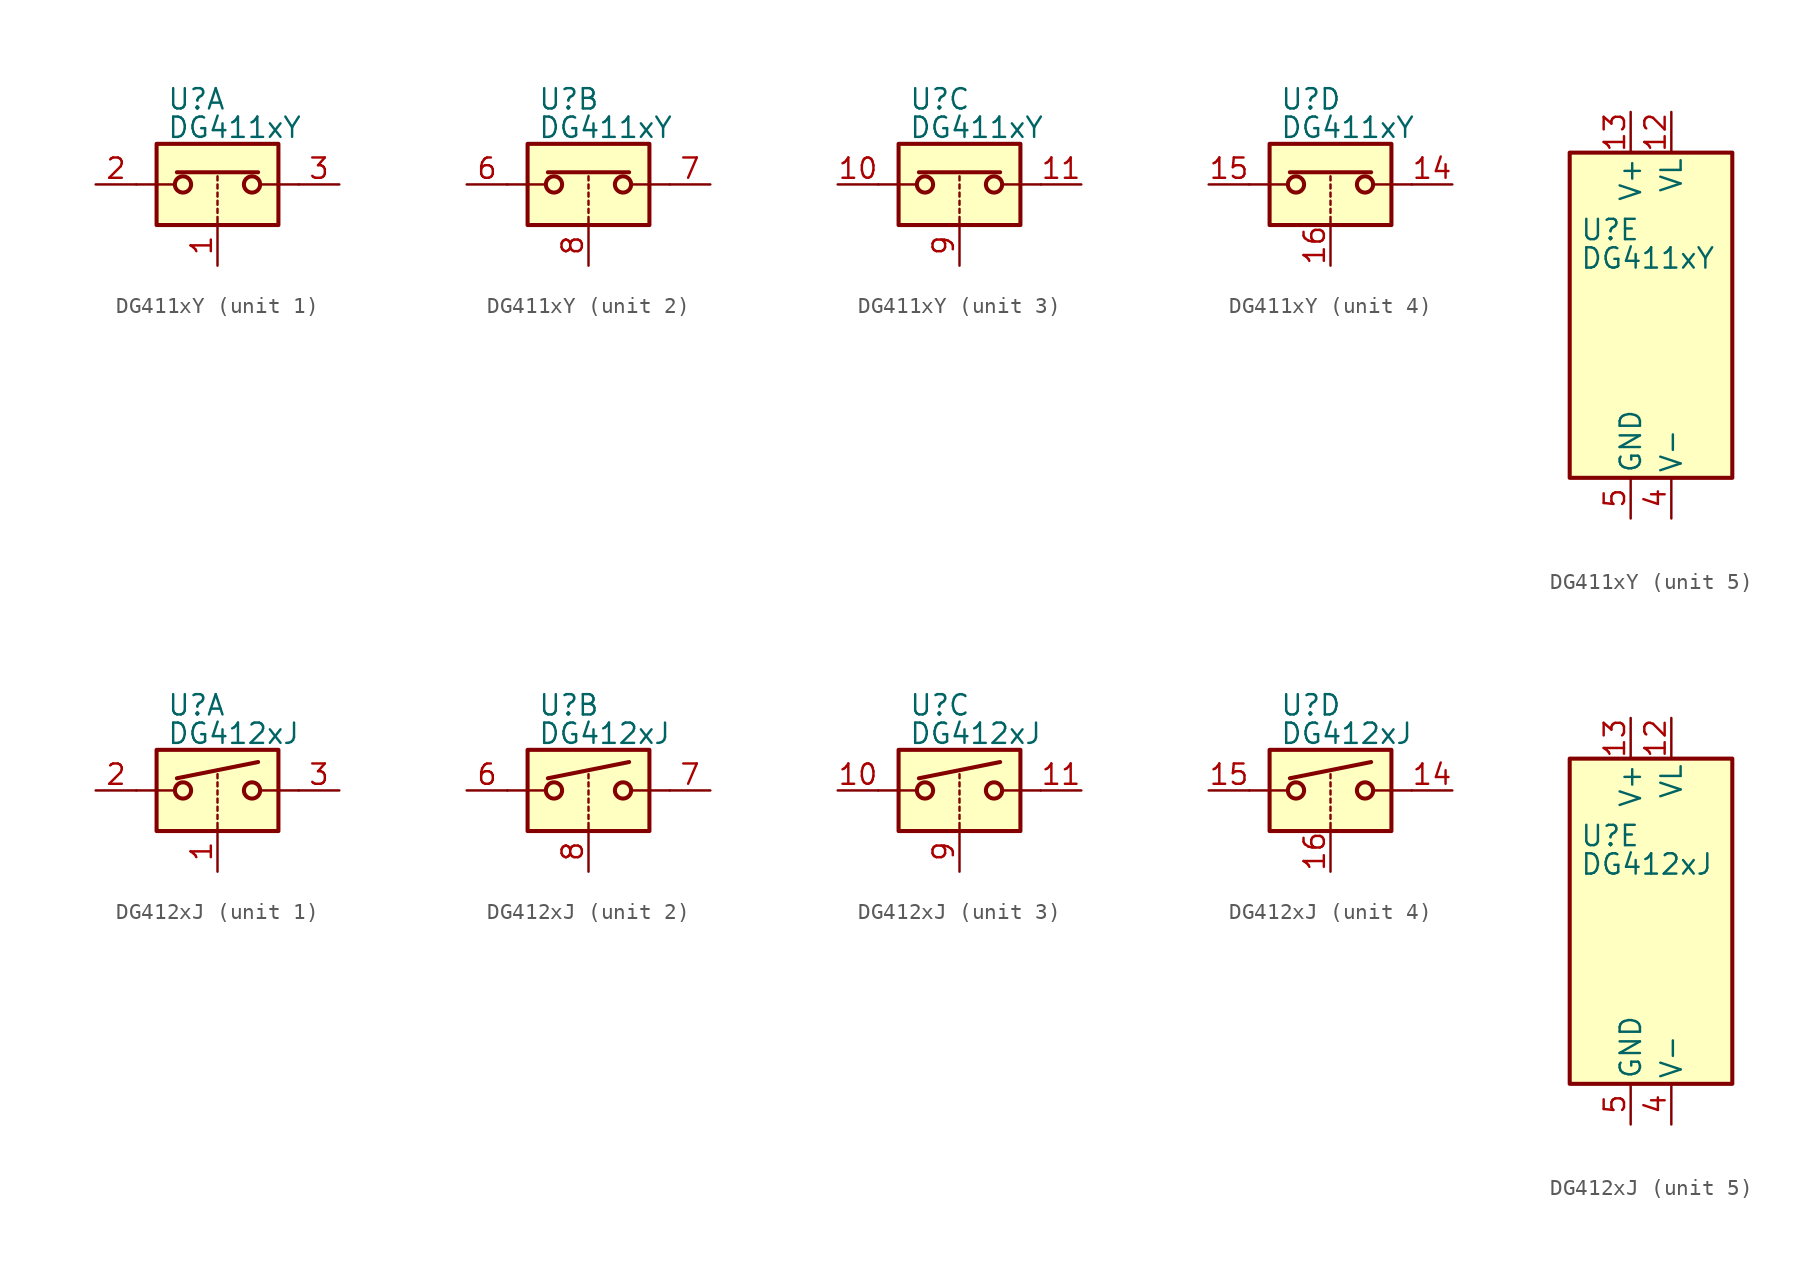
<source format=kicad_sym>
(kicad_symbol_lib
  (version 20201005)
  (generator kicad_symbol_editor)
  (symbol "Analog_Switch:DG411xY"
    (pin_names
      (offset 0.254))
    (property "Reference" "U"
      (at -3.175 5.334 0)
      (effects (font (size 1.27 1.27)) (justify left)))
    (property "Value" "DG411xY"
      (at -3.175 3.556 0)
      (effects (font (size 1.27 1.27)) (justify left)))
    (symbol "DG411xY_1_1"
      (circle (center -2.159 0) (radius 0.508) (stroke (width 0.254)) (fill (type none)))
      (circle (center 2.159 0) (radius 0.508) (stroke (width 0.254)) (fill (type none)))
      (rectangle (start -3.81 2.54) (end 3.81 -2.54) (stroke (width 0.254)) (fill (type background)))
      (polyline (pts (xy -5.08 0) (xy -2.794 0)) (stroke (width 0)) (fill (type none)))
      (polyline (pts (xy -2.54 0.762) (xy 2.54 0.762)) (stroke (width 0.254)) (fill (type none)))
      (polyline (pts (xy 0 -2.54) (xy 0 -2.032)) (stroke (width 0)) (fill (type none)))
      (polyline (pts (xy 0 -1.778) (xy 0 -1.524)) (stroke (width 0)) (fill (type none)))
      (polyline (pts (xy 0 -1.27) (xy 0 -1.016)) (stroke (width 0)) (fill (type none)))
      (polyline (pts (xy 0 -0.762) (xy 0 -0.508)) (stroke (width 0)) (fill (type none)))
      (polyline (pts (xy 0 -0.254) (xy 0 0)) (stroke (width 0)) (fill (type none)))
      (polyline (pts (xy 0 0.254) (xy 0 0.508)) (stroke (width 0)) (fill (type none)))
      (polyline (pts (xy 5.08 0) (xy 2.794 0)) (stroke (width 0)) (fill (type none)))
      (pin input line (at 0 -5.08 90) (length 2.54) (name "~" (effects (font (size 1.27 1.27)))) (number "1" (effects (font (size 1.27 1.27)))))
      (pin passive line (at -7.62 0 0) (length 2.54) (name "~" (effects (font (size 1.27 1.27)))) (number "2" (effects (font (size 1.27 1.27)))))
      (pin passive line (at 7.62 0 180) (length 2.54) (name "~" (effects (font (size 1.27 1.27)))) (number "3" (effects (font (size 1.27 1.27))))))
    (symbol "DG411xY_2_1"
      (circle (center -2.159 0) (radius 0.508) (stroke (width 0.254)) (fill (type none)))
      (circle (center 2.159 0) (radius 0.508) (stroke (width 0.254)) (fill (type none)))
      (rectangle (start -3.81 2.54) (end 3.81 -2.54) (stroke (width 0.254)) (fill (type background)))
      (polyline (pts (xy -5.08 0) (xy -2.794 0)) (stroke (width 0)) (fill (type none)))
      (polyline (pts (xy -2.54 0.762) (xy 2.54 0.762)) (stroke (width 0.254)) (fill (type none)))
      (polyline (pts (xy 0 -2.54) (xy 0 -2.032)) (stroke (width 0)) (fill (type none)))
      (polyline (pts (xy 0 -1.778) (xy 0 -1.524)) (stroke (width 0)) (fill (type none)))
      (polyline (pts (xy 0 -1.27) (xy 0 -1.016)) (stroke (width 0)) (fill (type none)))
      (polyline (pts (xy 0 -0.762) (xy 0 -0.508)) (stroke (width 0)) (fill (type none)))
      (polyline (pts (xy 0 -0.254) (xy 0 0)) (stroke (width 0)) (fill (type none)))
      (polyline (pts (xy 0 0.254) (xy 0 0.508)) (stroke (width 0)) (fill (type none)))
      (polyline (pts (xy 5.08 0) (xy 2.794 0)) (stroke (width 0)) (fill (type none)))
      (pin passive line (at -7.62 0 0) (length 2.54) (name "~" (effects (font (size 1.27 1.27)))) (number "6" (effects (font (size 1.27 1.27)))))
      (pin passive line (at 7.62 0 180) (length 2.54) (name "~" (effects (font (size 1.27 1.27)))) (number "7" (effects (font (size 1.27 1.27)))))
      (pin input line (at 0 -5.08 90) (length 2.54) (name "~" (effects (font (size 1.27 1.27)))) (number "8" (effects (font (size 1.27 1.27))))))
    (symbol "DG411xY_3_1"
      (circle (center -2.159 0) (radius 0.508) (stroke (width 0.254)) (fill (type none)))
      (circle (center 2.159 0) (radius 0.508) (stroke (width 0.254)) (fill (type none)))
      (rectangle (start -3.81 2.54) (end 3.81 -2.54) (stroke (width 0.254)) (fill (type background)))
      (polyline (pts (xy -5.08 0) (xy -2.794 0)) (stroke (width 0)) (fill (type none)))
      (polyline (pts (xy -2.54 0.762) (xy 2.54 0.762)) (stroke (width 0.254)) (fill (type none)))
      (polyline (pts (xy 0 -2.54) (xy 0 -2.032)) (stroke (width 0)) (fill (type none)))
      (polyline (pts (xy 0 -1.778) (xy 0 -1.524)) (stroke (width 0)) (fill (type none)))
      (polyline (pts (xy 0 -1.27) (xy 0 -1.016)) (stroke (width 0)) (fill (type none)))
      (polyline (pts (xy 0 -0.762) (xy 0 -0.508)) (stroke (width 0)) (fill (type none)))
      (polyline (pts (xy 0 -0.254) (xy 0 0)) (stroke (width 0)) (fill (type none)))
      (polyline (pts (xy 0 0.254) (xy 0 0.508)) (stroke (width 0)) (fill (type none)))
      (polyline (pts (xy 5.08 0) (xy 2.794 0)) (stroke (width 0)) (fill (type none)))
      (pin passive line (at -7.62 0 0) (length 2.54) (name "~" (effects (font (size 1.27 1.27)))) (number "10" (effects (font (size 1.27 1.27)))))
      (pin passive line (at 7.62 0 180) (length 2.54) (name "~" (effects (font (size 1.27 1.27)))) (number "11" (effects (font (size 1.27 1.27)))))
      (pin input line (at 0 -5.08 90) (length 2.54) (name "~" (effects (font (size 1.27 1.27)))) (number "9" (effects (font (size 1.27 1.27))))))
    (symbol "DG411xY_4_1"
      (circle (center -2.159 0) (radius 0.508) (stroke (width 0.254)) (fill (type none)))
      (circle (center 2.159 0) (radius 0.508) (stroke (width 0.254)) (fill (type none)))
      (rectangle (start -3.81 2.54) (end 3.81 -2.54) (stroke (width 0.254)) (fill (type background)))
      (polyline (pts (xy -5.08 0) (xy -2.794 0)) (stroke (width 0)) (fill (type none)))
      (polyline (pts (xy -2.54 0.762) (xy 2.54 0.762)) (stroke (width 0.254)) (fill (type none)))
      (polyline (pts (xy 0 -2.54) (xy 0 -2.032)) (stroke (width 0)) (fill (type none)))
      (polyline (pts (xy 0 -1.778) (xy 0 -1.524)) (stroke (width 0)) (fill (type none)))
      (polyline (pts (xy 0 -1.27) (xy 0 -1.016)) (stroke (width 0)) (fill (type none)))
      (polyline (pts (xy 0 -0.762) (xy 0 -0.508)) (stroke (width 0)) (fill (type none)))
      (polyline (pts (xy 0 -0.254) (xy 0 0)) (stroke (width 0)) (fill (type none)))
      (polyline (pts (xy 0 0.254) (xy 0 0.508)) (stroke (width 0)) (fill (type none)))
      (polyline (pts (xy 5.08 0) (xy 2.794 0)) (stroke (width 0)) (fill (type none)))
      (pin passive line (at 7.62 0 180) (length 2.54) (name "~" (effects (font (size 1.27 1.27)))) (number "14" (effects (font (size 1.27 1.27)))))
      (pin passive line (at -7.62 0 0) (length 2.54) (name "~" (effects (font (size 1.27 1.27)))) (number "15" (effects (font (size 1.27 1.27)))))
      (pin input line (at 0 -5.08 90) (length 2.54) (name "~" (effects (font (size 1.27 1.27)))) (number "16" (effects (font (size 1.27 1.27))))))
    (symbol "DG411xY_5_0"
      (pin power_in line (at 2.54 12.7 270) (length 2.54) (name "VL" (effects (font (size 1.27 1.27)))) (number "12" (effects (font (size 1.27 1.27)))))
      (pin power_in line (at 0 12.7 270) (length 2.54) (name "V+" (effects (font (size 1.27 1.27)))) (number "13" (effects (font (size 1.27 1.27)))))
      (pin power_in line (at 2.54 -12.7 90) (length 2.54) (name "V-" (effects (font (size 1.27 1.27)))) (number "4" (effects (font (size 1.27 1.27)))))
      (pin power_in line (at 0 -12.7 90) (length 2.54) (name "GND" (effects (font (size 1.27 1.27)))) (number "5" (effects (font (size 1.27 1.27))))))
    (symbol "DG411xY_5_1"
      (rectangle (start -3.81 10.16) (end 6.35 -10.16) (stroke (width 0.254)) (fill (type background)))))
  (symbol "Analog_Switch:DG412xJ"
    (pin_names
      (offset 0.254))
    (property "Reference" "U"
      (at -3.175 5.334 0)
      (effects (font (size 1.27 1.27)) (justify left)))
    (property "Value" "DG412xJ"
      (at -3.175 3.556 0)
      (effects (font (size 1.27 1.27)) (justify left)))
    (symbol "DG412xJ_1_1"
      (circle (center -2.159 0) (radius 0.508) (stroke (width 0.254)) (fill (type none)))
      (circle (center 2.159 0) (radius 0.508) (stroke (width 0.254)) (fill (type none)))
      (rectangle (start -3.81 2.54) (end 3.81 -2.54) (stroke (width 0.254)) (fill (type background)))
      (polyline (pts (xy -5.08 0) (xy -2.794 0)) (stroke (width 0)) (fill (type none)))
      (polyline (pts (xy -2.54 0.762) (xy 2.54 1.778)) (stroke (width 0.254)) (fill (type none)))
      (polyline (pts (xy 0 -2.54) (xy 0 -2.032)) (stroke (width 0)) (fill (type none)))
      (polyline (pts (xy 0 -1.778) (xy 0 -1.524)) (stroke (width 0)) (fill (type none)))
      (polyline (pts (xy 0 -1.27) (xy 0 -1.016)) (stroke (width 0)) (fill (type none)))
      (polyline (pts (xy 0 -0.762) (xy 0 -0.508)) (stroke (width 0)) (fill (type none)))
      (polyline (pts (xy 0 -0.254) (xy 0 0)) (stroke (width 0)) (fill (type none)))
      (polyline (pts (xy 0 0.254) (xy 0 0.508)) (stroke (width 0)) (fill (type none)))
      (polyline (pts (xy 0 0.762) (xy 0 1.016)) (stroke (width 0)) (fill (type none)))
      (polyline (pts (xy 5.08 0) (xy 2.794 0)) (stroke (width 0)) (fill (type none)))
      (pin input line (at 0 -5.08 90) (length 2.54) (name "~" (effects (font (size 1.27 1.27)))) (number "1" (effects (font (size 1.27 1.27)))))
      (pin passive line (at -7.62 0 0) (length 2.54) (name "~" (effects (font (size 1.27 1.27)))) (number "2" (effects (font (size 1.27 1.27)))))
      (pin passive line (at 7.62 0 180) (length 2.54) (name "~" (effects (font (size 1.27 1.27)))) (number "3" (effects (font (size 1.27 1.27))))))
    (symbol "DG412xJ_2_1"
      (circle (center -2.159 0) (radius 0.508) (stroke (width 0.254)) (fill (type none)))
      (circle (center 2.159 0) (radius 0.508) (stroke (width 0.254)) (fill (type none)))
      (rectangle (start -3.81 2.54) (end 3.81 -2.54) (stroke (width 0.254)) (fill (type background)))
      (polyline (pts (xy -5.08 0) (xy -2.794 0)) (stroke (width 0)) (fill (type none)))
      (polyline (pts (xy -2.54 0.762) (xy 2.54 1.778)) (stroke (width 0.254)) (fill (type none)))
      (polyline (pts (xy 0 -2.54) (xy 0 -2.032)) (stroke (width 0)) (fill (type none)))
      (polyline (pts (xy 0 -1.778) (xy 0 -1.524)) (stroke (width 0)) (fill (type none)))
      (polyline (pts (xy 0 -1.27) (xy 0 -1.016)) (stroke (width 0)) (fill (type none)))
      (polyline (pts (xy 0 -0.762) (xy 0 -0.508)) (stroke (width 0)) (fill (type none)))
      (polyline (pts (xy 0 -0.254) (xy 0 0)) (stroke (width 0)) (fill (type none)))
      (polyline (pts (xy 0 0.254) (xy 0 0.508)) (stroke (width 0)) (fill (type none)))
      (polyline (pts (xy 0 0.762) (xy 0 1.016)) (stroke (width 0)) (fill (type none)))
      (polyline (pts (xy 5.08 0) (xy 2.794 0)) (stroke (width 0)) (fill (type none)))
      (pin passive line (at -7.62 0 0) (length 2.54) (name "~" (effects (font (size 1.27 1.27)))) (number "6" (effects (font (size 1.27 1.27)))))
      (pin passive line (at 7.62 0 180) (length 2.54) (name "~" (effects (font (size 1.27 1.27)))) (number "7" (effects (font (size 1.27 1.27)))))
      (pin input line (at 0 -5.08 90) (length 2.54) (name "~" (effects (font (size 1.27 1.27)))) (number "8" (effects (font (size 1.27 1.27))))))
    (symbol "DG412xJ_3_1"
      (circle (center -2.159 0) (radius 0.508) (stroke (width 0.254)) (fill (type none)))
      (circle (center 2.159 0) (radius 0.508) (stroke (width 0.254)) (fill (type none)))
      (rectangle (start -3.81 2.54) (end 3.81 -2.54) (stroke (width 0.254)) (fill (type background)))
      (polyline (pts (xy -5.08 0) (xy -2.794 0)) (stroke (width 0)) (fill (type none)))
      (polyline (pts (xy -2.54 0.762) (xy 2.54 1.778)) (stroke (width 0.254)) (fill (type none)))
      (polyline (pts (xy 0 -2.54) (xy 0 -2.032)) (stroke (width 0)) (fill (type none)))
      (polyline (pts (xy 0 -1.778) (xy 0 -1.524)) (stroke (width 0)) (fill (type none)))
      (polyline (pts (xy 0 -1.27) (xy 0 -1.016)) (stroke (width 0)) (fill (type none)))
      (polyline (pts (xy 0 -0.762) (xy 0 -0.508)) (stroke (width 0)) (fill (type none)))
      (polyline (pts (xy 0 -0.254) (xy 0 0)) (stroke (width 0)) (fill (type none)))
      (polyline (pts (xy 0 0.254) (xy 0 0.508)) (stroke (width 0)) (fill (type none)))
      (polyline (pts (xy 0 0.762) (xy 0 1.016)) (stroke (width 0)) (fill (type none)))
      (polyline (pts (xy 5.08 0) (xy 2.794 0)) (stroke (width 0)) (fill (type none)))
      (pin passive line (at -7.62 0 0) (length 2.54) (name "~" (effects (font (size 1.27 1.27)))) (number "10" (effects (font (size 1.27 1.27)))))
      (pin passive line (at 7.62 0 180) (length 2.54) (name "~" (effects (font (size 1.27 1.27)))) (number "11" (effects (font (size 1.27 1.27)))))
      (pin input line (at 0 -5.08 90) (length 2.54) (name "~" (effects (font (size 1.27 1.27)))) (number "9" (effects (font (size 1.27 1.27))))))
    (symbol "DG412xJ_4_1"
      (circle (center -2.159 0) (radius 0.508) (stroke (width 0.254)) (fill (type none)))
      (circle (center 2.159 0) (radius 0.508) (stroke (width 0.254)) (fill (type none)))
      (rectangle (start -3.81 2.54) (end 3.81 -2.54) (stroke (width 0.254)) (fill (type background)))
      (polyline (pts (xy -5.08 0) (xy -2.794 0)) (stroke (width 0)) (fill (type none)))
      (polyline (pts (xy -2.54 0.762) (xy 2.54 1.778)) (stroke (width 0.254)) (fill (type none)))
      (polyline (pts (xy 0 -2.54) (xy 0 -2.032)) (stroke (width 0)) (fill (type none)))
      (polyline (pts (xy 0 -1.778) (xy 0 -1.524)) (stroke (width 0)) (fill (type none)))
      (polyline (pts (xy 0 -1.27) (xy 0 -1.016)) (stroke (width 0)) (fill (type none)))
      (polyline (pts (xy 0 -0.762) (xy 0 -0.508)) (stroke (width 0)) (fill (type none)))
      (polyline (pts (xy 0 -0.254) (xy 0 0)) (stroke (width 0)) (fill (type none)))
      (polyline (pts (xy 0 0.254) (xy 0 0.508)) (stroke (width 0)) (fill (type none)))
      (polyline (pts (xy 0 0.762) (xy 0 1.016)) (stroke (width 0)) (fill (type none)))
      (polyline (pts (xy 5.08 0) (xy 2.794 0)) (stroke (width 0)) (fill (type none)))
      (pin passive line (at 7.62 0 180) (length 2.54) (name "~" (effects (font (size 1.27 1.27)))) (number "14" (effects (font (size 1.27 1.27)))))
      (pin passive line (at -7.62 0 0) (length 2.54) (name "~" (effects (font (size 1.27 1.27)))) (number "15" (effects (font (size 1.27 1.27)))))
      (pin input line (at 0 -5.08 90) (length 2.54) (name "~" (effects (font (size 1.27 1.27)))) (number "16" (effects (font (size 1.27 1.27))))))
    (symbol "DG412xJ_5_0"
      (pin power_in line (at 2.54 12.7 270) (length 2.54) (name "VL" (effects (font (size 1.27 1.27)))) (number "12" (effects (font (size 1.27 1.27)))))
      (pin power_in line (at 0 12.7 270) (length 2.54) (name "V+" (effects (font (size 1.27 1.27)))) (number "13" (effects (font (size 1.27 1.27)))))
      (pin power_in line (at 2.54 -12.7 90) (length 2.54) (name "V-" (effects (font (size 1.27 1.27)))) (number "4" (effects (font (size 1.27 1.27)))))
      (pin power_in line (at 0 -12.7 90) (length 2.54) (name "GND" (effects (font (size 1.27 1.27)))) (number "5" (effects (font (size 1.27 1.27))))))
    (symbol "DG412xJ_5_1"
      (rectangle (start -3.81 10.16) (end 6.35 -10.16) (stroke (width 0.254)) (fill (type background))))))
</source>
